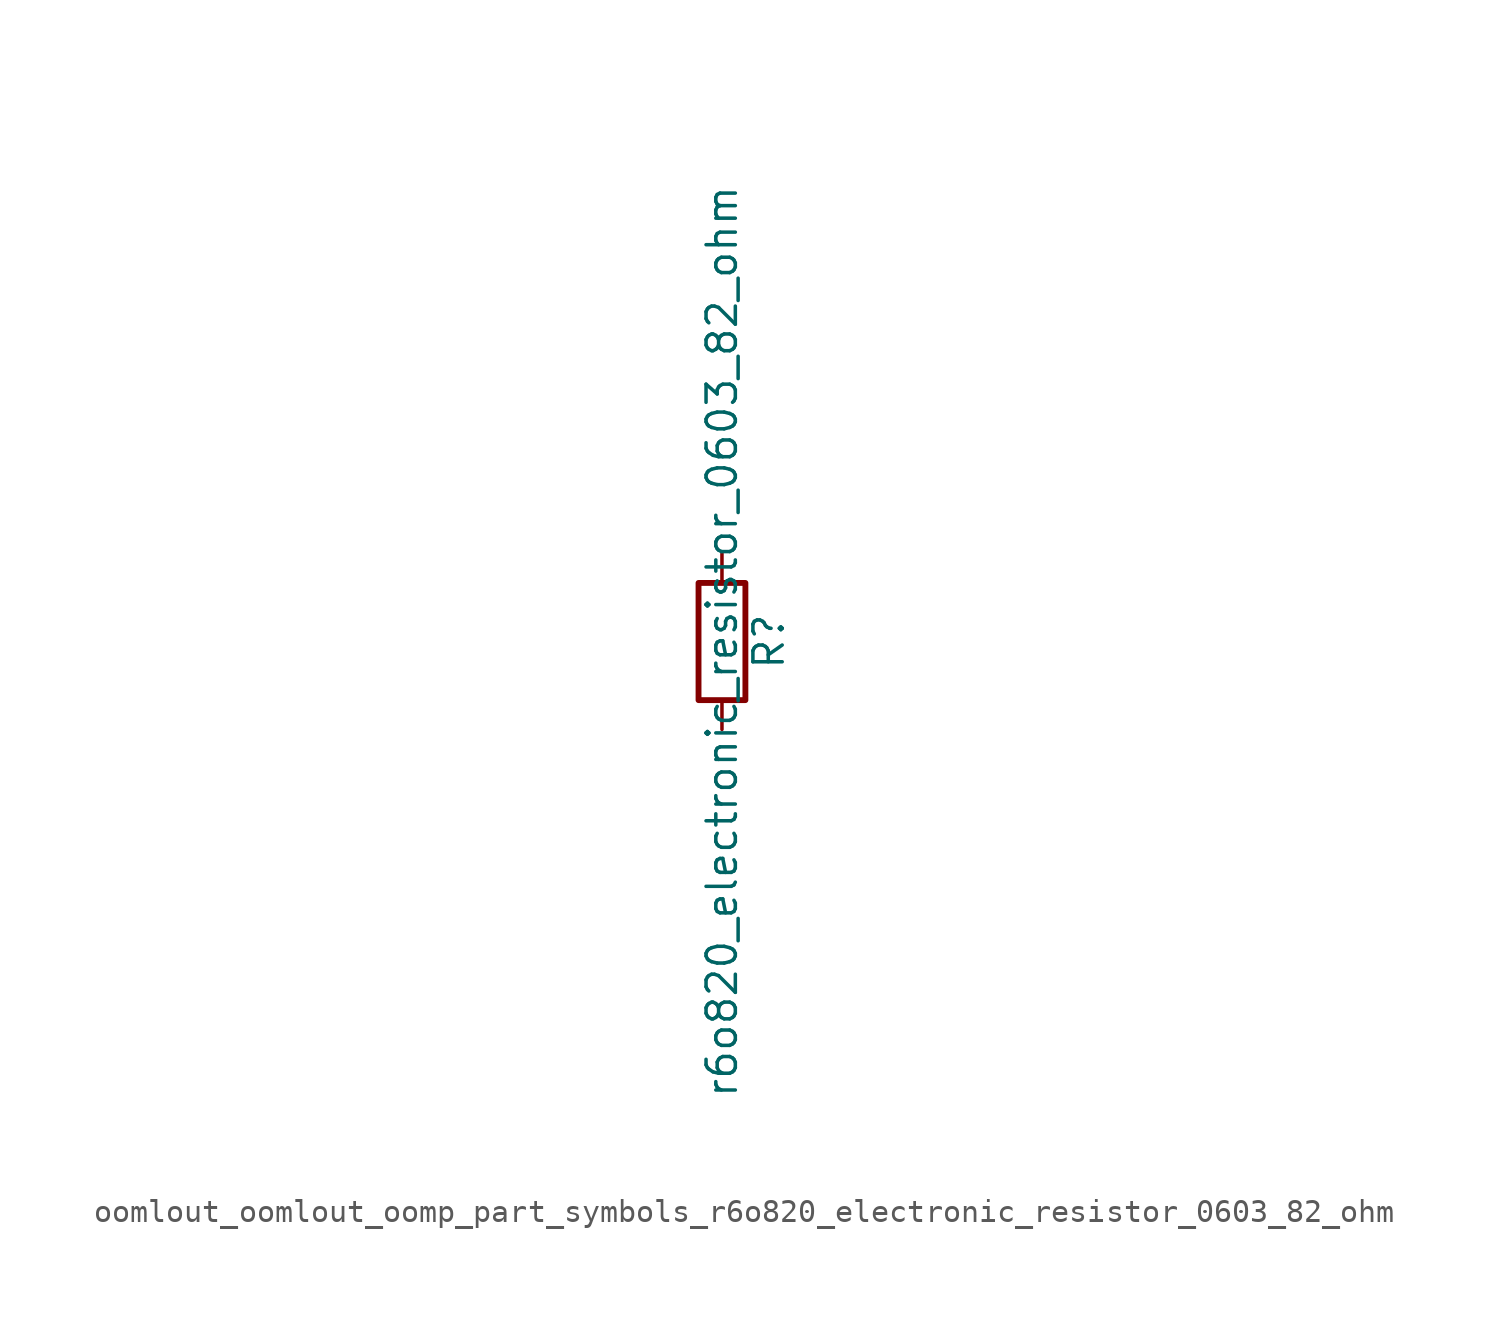
<source format=kicad_sym>
(kicad_symbol_lib
  (version 20220914)
  (generator kicad_symbol_editor)
  (symbol "oomlout_oomlout_oomp_part_symbols_r6o820_electronic_resistor_0603_82_ohm"
    (pin_numbers hide)
    (pin_names
      (offset 0))
    (property "Reference" "R"
      (at 2.032 0 90)
      (effects (font (size 1.27 1.27))))
    (property "Value" "r6o820_electronic_resistor_0603_82_ohm"
      (at 0 0 90)
      (effects (font (size 1.27 1.27))))
    (symbol "oomlout_oomlout_oomp_part_symbols_r6o820_electronic_resistor_0603_82_ohm_0_1"
      (rectangle (start -1.016 -2.54) (end 1.016 2.54) (stroke (width 0.254) (type default)) (fill (type none))))
    (symbol "oomlout_oomlout_oomp_part_symbols_r6o820_electronic_resistor_0603_82_ohm_1_1"
      (pin passive line (at 0 3.81 270) (length 1.27) (name "~" (effects (font (size 1.27 1.27)))) (number "1" (effects (font (size 1.27 1.27)))))
      (pin passive line (at 0 -3.81 90) (length 1.27) (name "~" (effects (font (size 1.27 1.27)))) (number "2" (effects (font (size 1.27 1.27))))))))
</source>
